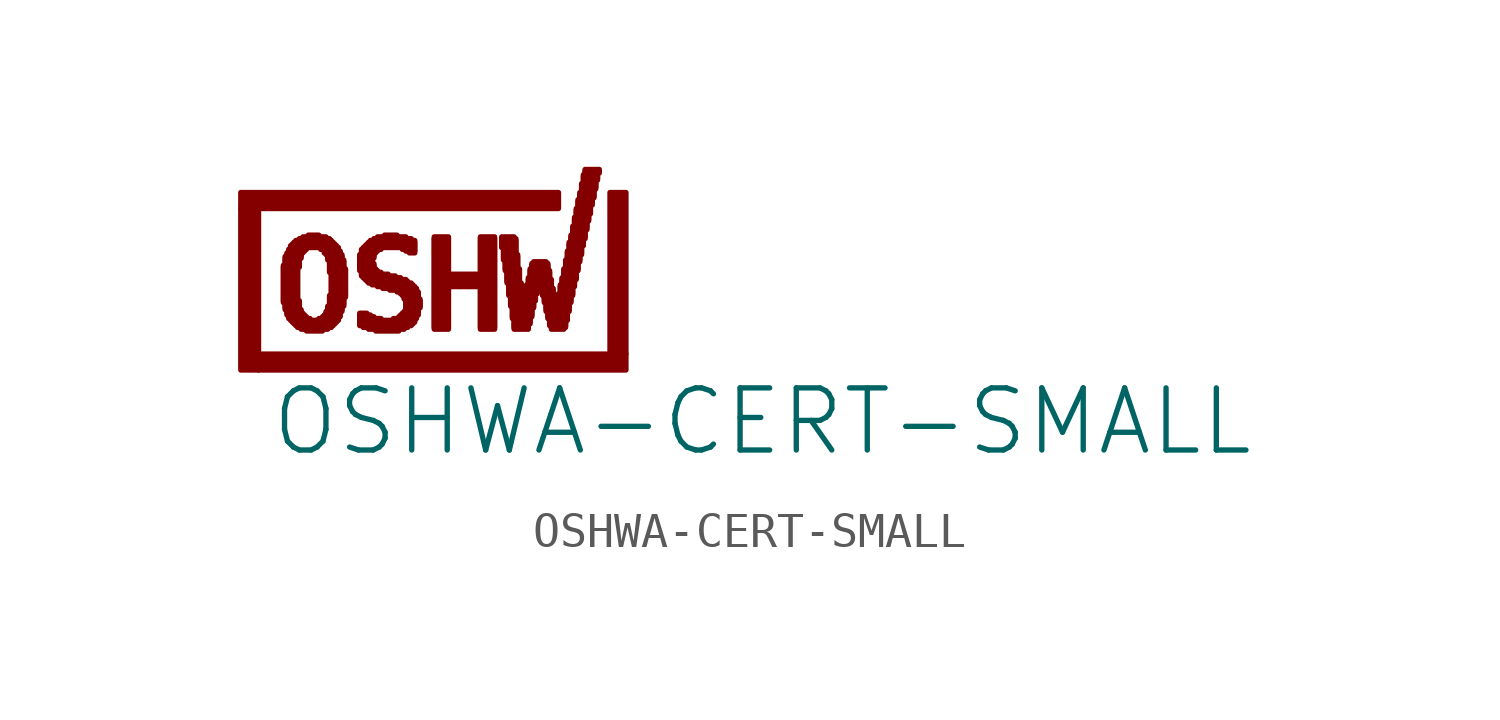
<source format=kicad_sym>
(kicad_symbol_lib
  (version 20211014)
  (generator kicad_symbol_editor)
  (symbol "OSHWA-CERT-SMALL"
    (property "Reference" "LABEL"
      (at 0 0 0)
      (effects (font (size 1.27 1.27)) hide))
    (property "Value" "OSHWA-CERT-SMALL"
      (at -4.699 -2.54 0)
      (effects (font (size 1.778 1.778)) (justify left bottom)))
    (property "ki_locked" ""
      (at 0 0 0)
      (effects (font (size 1.27 1.27))))
    (symbol "OSHWA-CERT-SMALL_1_0"
      (rectangle (start -5.512 -0.025) (end -5.004 4.597) (stroke (width 0) (type default) (color 0 0 0 0)) (fill (type outline)))
      (rectangle (start -5.512 4.597) (end 3.581 5.055) (stroke (width 0) (type default) (color 0 0 0 0)) (fill (type outline)))
      (rectangle (start -5.004 -0.025) (end 5.512 0.432) (stroke (width 0) (type default) (color 0 0 0 0)) (fill (type outline)))
      (rectangle (start -4.293 1.905) (end -3.835 1.956) (stroke (width 0) (type default) (color 0 0 0 0)) (fill (type outline)))
      (rectangle (start -4.293 1.956) (end -3.886 2.007) (stroke (width 0) (type default) (color 0 0 0 0)) (fill (type outline)))
      (rectangle (start -4.293 2.007) (end -3.886 2.057) (stroke (width 0) (type default) (color 0 0 0 0)) (fill (type outline)))
      (rectangle (start -4.293 2.057) (end -3.886 2.108) (stroke (width 0) (type default) (color 0 0 0 0)) (fill (type outline)))
      (rectangle (start -4.293 2.108) (end -3.886 2.159) (stroke (width 0) (type default) (color 0 0 0 0)) (fill (type outline)))
      (rectangle (start -4.293 2.159) (end -3.886 2.21) (stroke (width 0) (type default) (color 0 0 0 0)) (fill (type outline)))
      (rectangle (start -4.293 2.21) (end -3.886 2.261) (stroke (width 0) (type default) (color 0 0 0 0)) (fill (type outline)))
      (rectangle (start -4.293 2.261) (end -3.886 2.311) (stroke (width 0) (type default) (color 0 0 0 0)) (fill (type outline)))
      (rectangle (start -4.293 2.311) (end -3.886 2.362) (stroke (width 0) (type default) (color 0 0 0 0)) (fill (type outline)))
      (rectangle (start -4.293 2.362) (end -3.886 2.413) (stroke (width 0) (type default) (color 0 0 0 0)) (fill (type outline)))
      (rectangle (start -4.293 2.413) (end -3.886 2.464) (stroke (width 0) (type default) (color 0 0 0 0)) (fill (type outline)))
      (rectangle (start -4.293 2.464) (end -3.886 2.515) (stroke (width 0) (type default) (color 0 0 0 0)) (fill (type outline)))
      (rectangle (start -4.293 2.515) (end -3.886 2.565) (stroke (width 0) (type default) (color 0 0 0 0)) (fill (type outline)))
      (rectangle (start -4.293 2.565) (end -3.886 2.616) (stroke (width 0) (type default) (color 0 0 0 0)) (fill (type outline)))
      (rectangle (start -4.293 2.616) (end -3.886 2.667) (stroke (width 0) (type default) (color 0 0 0 0)) (fill (type outline)))
      (rectangle (start -4.293 2.667) (end -3.886 2.718) (stroke (width 0) (type default) (color 0 0 0 0)) (fill (type outline)))
      (rectangle (start -4.293 2.718) (end -3.886 2.769) (stroke (width 0) (type default) (color 0 0 0 0)) (fill (type outline)))
      (rectangle (start -4.293 2.769) (end -3.886 2.819) (stroke (width 0) (type default) (color 0 0 0 0)) (fill (type outline)))
      (rectangle (start -4.293 2.819) (end -3.886 2.87) (stroke (width 0) (type default) (color 0 0 0 0)) (fill (type outline)))
      (rectangle (start -4.293 2.87) (end -3.886 2.921) (stroke (width 0) (type default) (color 0 0 0 0)) (fill (type outline)))
      (rectangle (start -4.293 2.921) (end -3.835 2.972) (stroke (width 0) (type default) (color 0 0 0 0)) (fill (type outline)))
      (rectangle (start -4.242 1.702) (end -3.835 1.753) (stroke (width 0) (type default) (color 0 0 0 0)) (fill (type outline)))
      (rectangle (start -4.242 1.753) (end -3.835 1.803) (stroke (width 0) (type default) (color 0 0 0 0)) (fill (type outline)))
      (rectangle (start -4.242 1.803) (end -3.835 1.854) (stroke (width 0) (type default) (color 0 0 0 0)) (fill (type outline)))
      (rectangle (start -4.242 1.854) (end -3.835 1.905) (stroke (width 0) (type default) (color 0 0 0 0)) (fill (type outline)))
      (rectangle (start -4.242 2.972) (end -3.835 3.023) (stroke (width 0) (type default) (color 0 0 0 0)) (fill (type outline)))
      (rectangle (start -4.242 3.023) (end -3.835 3.073) (stroke (width 0) (type default) (color 0 0 0 0)) (fill (type outline)))
      (rectangle (start -4.242 3.073) (end -3.835 3.124) (stroke (width 0) (type default) (color 0 0 0 0)) (fill (type outline)))
      (rectangle (start -4.242 3.124) (end -3.835 3.175) (stroke (width 0) (type default) (color 0 0 0 0)) (fill (type outline)))
      (rectangle (start -4.242 3.175) (end -3.785 3.226) (stroke (width 0) (type default) (color 0 0 0 0)) (fill (type outline)))
      (rectangle (start -4.191 1.549) (end -3.734 1.6) (stroke (width 0) (type default) (color 0 0 0 0)) (fill (type outline)))
      (rectangle (start -4.191 1.6) (end -3.785 1.651) (stroke (width 0) (type default) (color 0 0 0 0)) (fill (type outline)))
      (rectangle (start -4.191 1.651) (end -3.785 1.702) (stroke (width 0) (type default) (color 0 0 0 0)) (fill (type outline)))
      (rectangle (start -4.191 3.226) (end -3.785 3.277) (stroke (width 0) (type default) (color 0 0 0 0)) (fill (type outline)))
      (rectangle (start -4.191 3.277) (end -3.785 3.327) (stroke (width 0) (type default) (color 0 0 0 0)) (fill (type outline)))
      (rectangle (start -4.14 1.448) (end -3.632 1.499) (stroke (width 0) (type default) (color 0 0 0 0)) (fill (type outline)))
      (rectangle (start -4.14 1.499) (end -3.683 1.549) (stroke (width 0) (type default) (color 0 0 0 0)) (fill (type outline)))
      (rectangle (start -4.14 3.327) (end -3.734 3.378) (stroke (width 0) (type default) (color 0 0 0 0)) (fill (type outline)))
      (rectangle (start -4.14 3.378) (end -3.683 3.429) (stroke (width 0) (type default) (color 0 0 0 0)) (fill (type outline)))
      (rectangle (start -4.089 1.397) (end -3.531 1.448) (stroke (width 0) (type default) (color 0 0 0 0)) (fill (type outline)))
      (rectangle (start -4.089 3.429) (end -3.632 3.48) (stroke (width 0) (type default) (color 0 0 0 0)) (fill (type outline)))
      (rectangle (start -4.089 3.48) (end -2.769 3.531) (stroke (width 0) (type default) (color 0 0 0 0)) (fill (type outline)))
      (rectangle (start -4.039 1.346) (end -2.769 1.397) (stroke (width 0) (type default) (color 0 0 0 0)) (fill (type outline)))
      (rectangle (start -4.039 3.531) (end -2.819 3.581) (stroke (width 0) (type default) (color 0 0 0 0)) (fill (type outline)))
      (rectangle (start -3.988 1.295) (end -2.819 1.346) (stroke (width 0) (type default) (color 0 0 0 0)) (fill (type outline)))
      (rectangle (start -3.988 3.581) (end -2.87 3.632) (stroke (width 0) (type default) (color 0 0 0 0)) (fill (type outline)))
      (rectangle (start -3.937 1.245) (end -2.87 1.295) (stroke (width 0) (type default) (color 0 0 0 0)) (fill (type outline)))
      (rectangle (start -3.937 3.632) (end -2.921 3.683) (stroke (width 0) (type default) (color 0 0 0 0)) (fill (type outline)))
      (rectangle (start -3.886 1.194) (end -2.921 1.245) (stroke (width 0) (type default) (color 0 0 0 0)) (fill (type outline)))
      (rectangle (start -3.835 3.683) (end -2.972 3.734) (stroke (width 0) (type default) (color 0 0 0 0)) (fill (type outline)))
      (rectangle (start -3.785 1.143) (end -3.023 1.194) (stroke (width 0) (type default) (color 0 0 0 0)) (fill (type outline)))
      (rectangle (start -3.734 3.734) (end -3.073 3.785) (stroke (width 0) (type default) (color 0 0 0 0)) (fill (type outline)))
      (rectangle (start -3.632 1.092) (end -3.175 1.143) (stroke (width 0) (type default) (color 0 0 0 0)) (fill (type outline)))
      (rectangle (start -3.581 3.785) (end -3.277 3.835) (stroke (width 0) (type default) (color 0 0 0 0)) (fill (type outline)))
      (rectangle (start -3.277 1.397) (end -2.718 1.448) (stroke (width 0) (type default) (color 0 0 0 0)) (fill (type outline)))
      (rectangle (start -3.226 3.429) (end -2.718 3.48) (stroke (width 0) (type default) (color 0 0 0 0)) (fill (type outline)))
      (rectangle (start -3.175 1.448) (end -2.718 1.499) (stroke (width 0) (type default) (color 0 0 0 0)) (fill (type outline)))
      (rectangle (start -3.124 1.499) (end -2.667 1.549) (stroke (width 0) (type default) (color 0 0 0 0)) (fill (type outline)))
      (rectangle (start -3.124 3.327) (end -2.667 3.378) (stroke (width 0) (type default) (color 0 0 0 0)) (fill (type outline)))
      (rectangle (start -3.124 3.378) (end -2.718 3.429) (stroke (width 0) (type default) (color 0 0 0 0)) (fill (type outline)))
      (rectangle (start -3.073 1.549) (end -2.667 1.6) (stroke (width 0) (type default) (color 0 0 0 0)) (fill (type outline)))
      (rectangle (start -3.073 1.6) (end -2.667 1.651) (stroke (width 0) (type default) (color 0 0 0 0)) (fill (type outline)))
      (rectangle (start -3.073 3.277) (end -2.667 3.327) (stroke (width 0) (type default) (color 0 0 0 0)) (fill (type outline)))
      (rectangle (start -3.023 1.651) (end -2.616 1.702) (stroke (width 0) (type default) (color 0 0 0 0)) (fill (type outline)))
      (rectangle (start -3.023 1.702) (end -2.616 1.753) (stroke (width 0) (type default) (color 0 0 0 0)) (fill (type outline)))
      (rectangle (start -3.023 1.753) (end -2.616 1.803) (stroke (width 0) (type default) (color 0 0 0 0)) (fill (type outline)))
      (rectangle (start -3.023 3.124) (end -2.616 3.175) (stroke (width 0) (type default) (color 0 0 0 0)) (fill (type outline)))
      (rectangle (start -3.023 3.175) (end -2.616 3.226) (stroke (width 0) (type default) (color 0 0 0 0)) (fill (type outline)))
      (rectangle (start -3.023 3.226) (end -2.616 3.277) (stroke (width 0) (type default) (color 0 0 0 0)) (fill (type outline)))
      (rectangle (start -2.972 1.803) (end -2.565 1.854) (stroke (width 0) (type default) (color 0 0 0 0)) (fill (type outline)))
      (rectangle (start -2.972 1.854) (end -2.565 1.905) (stroke (width 0) (type default) (color 0 0 0 0)) (fill (type outline)))
      (rectangle (start -2.972 1.905) (end -2.565 1.956) (stroke (width 0) (type default) (color 0 0 0 0)) (fill (type outline)))
      (rectangle (start -2.972 1.956) (end -2.565 2.007) (stroke (width 0) (type default) (color 0 0 0 0)) (fill (type outline)))
      (rectangle (start -2.972 2.007) (end -2.565 2.057) (stroke (width 0) (type default) (color 0 0 0 0)) (fill (type outline)))
      (rectangle (start -2.972 2.057) (end -2.515 2.108) (stroke (width 0) (type default) (color 0 0 0 0)) (fill (type outline)))
      (rectangle (start -2.972 2.769) (end -2.515 2.819) (stroke (width 0) (type default) (color 0 0 0 0)) (fill (type outline)))
      (rectangle (start -2.972 2.819) (end -2.515 2.87) (stroke (width 0) (type default) (color 0 0 0 0)) (fill (type outline)))
      (rectangle (start -2.972 2.87) (end -2.565 2.921) (stroke (width 0) (type default) (color 0 0 0 0)) (fill (type outline)))
      (rectangle (start -2.972 2.921) (end -2.565 2.972) (stroke (width 0) (type default) (color 0 0 0 0)) (fill (type outline)))
      (rectangle (start -2.972 2.972) (end -2.565 3.023) (stroke (width 0) (type default) (color 0 0 0 0)) (fill (type outline)))
      (rectangle (start -2.972 3.023) (end -2.565 3.073) (stroke (width 0) (type default) (color 0 0 0 0)) (fill (type outline)))
      (rectangle (start -2.972 3.073) (end -2.565 3.124) (stroke (width 0) (type default) (color 0 0 0 0)) (fill (type outline)))
      (rectangle (start -2.921 2.108) (end -2.515 2.159) (stroke (width 0) (type default) (color 0 0 0 0)) (fill (type outline)))
      (rectangle (start -2.921 2.159) (end -2.515 2.21) (stroke (width 0) (type default) (color 0 0 0 0)) (fill (type outline)))
      (rectangle (start -2.921 2.21) (end -2.515 2.261) (stroke (width 0) (type default) (color 0 0 0 0)) (fill (type outline)))
      (rectangle (start -2.921 2.261) (end -2.515 2.311) (stroke (width 0) (type default) (color 0 0 0 0)) (fill (type outline)))
      (rectangle (start -2.921 2.311) (end -2.515 2.362) (stroke (width 0) (type default) (color 0 0 0 0)) (fill (type outline)))
      (rectangle (start -2.921 2.362) (end -2.515 2.413) (stroke (width 0) (type default) (color 0 0 0 0)) (fill (type outline)))
      (rectangle (start -2.921 2.413) (end -2.515 2.464) (stroke (width 0) (type default) (color 0 0 0 0)) (fill (type outline)))
      (rectangle (start -2.921 2.464) (end -2.515 2.515) (stroke (width 0) (type default) (color 0 0 0 0)) (fill (type outline)))
      (rectangle (start -2.921 2.515) (end -2.515 2.565) (stroke (width 0) (type default) (color 0 0 0 0)) (fill (type outline)))
      (rectangle (start -2.921 2.565) (end -2.515 2.616) (stroke (width 0) (type default) (color 0 0 0 0)) (fill (type outline)))
      (rectangle (start -2.921 2.616) (end -2.515 2.667) (stroke (width 0) (type default) (color 0 0 0 0)) (fill (type outline)))
      (rectangle (start -2.921 2.667) (end -2.515 2.718) (stroke (width 0) (type default) (color 0 0 0 0)) (fill (type outline)))
      (rectangle (start -2.921 2.718) (end -2.515 2.769) (stroke (width 0) (type default) (color 0 0 0 0)) (fill (type outline)))
      (rectangle (start -2.108 1.245) (end -0.635 1.295) (stroke (width 0) (type default) (color 0 0 0 0)) (fill (type outline)))
      (rectangle (start -2.108 1.295) (end -0.584 1.346) (stroke (width 0) (type default) (color 0 0 0 0)) (fill (type outline)))
      (rectangle (start -2.108 1.346) (end -0.533 1.397) (stroke (width 0) (type default) (color 0 0 0 0)) (fill (type outline)))
      (rectangle (start -2.108 1.397) (end -1.499 1.448) (stroke (width 0) (type default) (color 0 0 0 0)) (fill (type outline)))
      (rectangle (start -2.108 1.448) (end -1.702 1.499) (stroke (width 0) (type default) (color 0 0 0 0)) (fill (type outline)))
      (rectangle (start -2.108 1.499) (end -1.803 1.549) (stroke (width 0) (type default) (color 0 0 0 0)) (fill (type outline)))
      (rectangle (start -2.108 1.549) (end -1.905 1.6) (stroke (width 0) (type default) (color 0 0 0 0)) (fill (type outline)))
      (rectangle (start -2.108 2.819) (end -1.651 2.87) (stroke (width 0) (type default) (color 0 0 0 0)) (fill (type outline)))
      (rectangle (start -2.108 2.87) (end -1.702 2.921) (stroke (width 0) (type default) (color 0 0 0 0)) (fill (type outline)))
      (rectangle (start -2.108 2.921) (end -1.702 2.972) (stroke (width 0) (type default) (color 0 0 0 0)) (fill (type outline)))
      (rectangle (start -2.108 2.972) (end -1.702 3.023) (stroke (width 0) (type default) (color 0 0 0 0)) (fill (type outline)))
      (rectangle (start -2.108 3.023) (end -1.753 3.073) (stroke (width 0) (type default) (color 0 0 0 0)) (fill (type outline)))
      (rectangle (start -2.108 3.073) (end -1.753 3.124) (stroke (width 0) (type default) (color 0 0 0 0)) (fill (type outline)))
      (rectangle (start -2.108 3.124) (end -1.753 3.175) (stroke (width 0) (type default) (color 0 0 0 0)) (fill (type outline)))
      (rectangle (start -2.108 3.175) (end -1.702 3.226) (stroke (width 0) (type default) (color 0 0 0 0)) (fill (type outline)))
      (rectangle (start -2.108 3.226) (end -1.702 3.277) (stroke (width 0) (type default) (color 0 0 0 0)) (fill (type outline)))
      (rectangle (start -2.057 2.667) (end -1.295 2.718) (stroke (width 0) (type default) (color 0 0 0 0)) (fill (type outline)))
      (rectangle (start -2.057 2.718) (end -1.499 2.769) (stroke (width 0) (type default) (color 0 0 0 0)) (fill (type outline)))
      (rectangle (start -2.057 2.769) (end -1.6 2.819) (stroke (width 0) (type default) (color 0 0 0 0)) (fill (type outline)))
      (rectangle (start -2.057 3.277) (end -1.702 3.327) (stroke (width 0) (type default) (color 0 0 0 0)) (fill (type outline)))
      (rectangle (start -2.057 3.327) (end -1.651 3.378) (stroke (width 0) (type default) (color 0 0 0 0)) (fill (type outline)))
      (rectangle (start -2.057 3.378) (end -1.6 3.429) (stroke (width 0) (type default) (color 0 0 0 0)) (fill (type outline)))
      (rectangle (start -2.007 1.194) (end -0.737 1.245) (stroke (width 0) (type default) (color 0 0 0 0)) (fill (type outline)))
      (rectangle (start -2.007 2.616) (end -1.092 2.667) (stroke (width 0) (type default) (color 0 0 0 0)) (fill (type outline)))
      (rectangle (start -2.007 3.429) (end -1.499 3.48) (stroke (width 0) (type default) (color 0 0 0 0)) (fill (type outline)))
      (rectangle (start -1.956 2.565) (end -0.94 2.616) (stroke (width 0) (type default) (color 0 0 0 0)) (fill (type outline)))
      (rectangle (start -1.956 3.48) (end -0.533 3.531) (stroke (width 0) (type default) (color 0 0 0 0)) (fill (type outline)))
      (rectangle (start -1.905 2.515) (end -0.787 2.565) (stroke (width 0) (type default) (color 0 0 0 0)) (fill (type outline)))
      (rectangle (start -1.905 3.531) (end -0.533 3.581) (stroke (width 0) (type default) (color 0 0 0 0)) (fill (type outline)))
      (rectangle (start -1.854 1.143) (end -0.838 1.194) (stroke (width 0) (type default) (color 0 0 0 0)) (fill (type outline)))
      (rectangle (start -1.854 2.464) (end -0.737 2.515) (stroke (width 0) (type default) (color 0 0 0 0)) (fill (type outline)))
      (rectangle (start -1.854 3.581) (end -0.533 3.632) (stroke (width 0) (type default) (color 0 0 0 0)) (fill (type outline)))
      (rectangle (start -1.803 3.632) (end -0.533 3.683) (stroke (width 0) (type default) (color 0 0 0 0)) (fill (type outline)))
      (rectangle (start -1.753 2.413) (end -0.635 2.464) (stroke (width 0) (type default) (color 0 0 0 0)) (fill (type outline)))
      (rectangle (start -1.702 3.683) (end -0.635 3.734) (stroke (width 0) (type default) (color 0 0 0 0)) (fill (type outline)))
      (rectangle (start -1.651 1.092) (end -0.991 1.143) (stroke (width 0) (type default) (color 0 0 0 0)) (fill (type outline)))
      (rectangle (start -1.6 2.362) (end -0.584 2.413) (stroke (width 0) (type default) (color 0 0 0 0)) (fill (type outline)))
      (rectangle (start -1.6 3.734) (end -0.787 3.785) (stroke (width 0) (type default) (color 0 0 0 0)) (fill (type outline)))
      (rectangle (start -1.448 2.311) (end -0.533 2.362) (stroke (width 0) (type default) (color 0 0 0 0)) (fill (type outline)))
      (rectangle (start -1.397 3.785) (end -1.041 3.835) (stroke (width 0) (type default) (color 0 0 0 0)) (fill (type outline)))
      (rectangle (start -1.245 2.261) (end -0.483 2.311) (stroke (width 0) (type default) (color 0 0 0 0)) (fill (type outline)))
      (rectangle (start -1.143 1.397) (end -0.533 1.448) (stroke (width 0) (type default) (color 0 0 0 0)) (fill (type outline)))
      (rectangle (start -1.041 2.21) (end -0.483 2.261) (stroke (width 0) (type default) (color 0 0 0 0)) (fill (type outline)))
      (rectangle (start -0.991 1.448) (end -0.483 1.499) (stroke (width 0) (type default) (color 0 0 0 0)) (fill (type outline)))
      (rectangle (start -0.94 1.499) (end -0.483 1.549) (stroke (width 0) (type default) (color 0 0 0 0)) (fill (type outline)))
      (rectangle (start -0.94 2.159) (end -0.432 2.21) (stroke (width 0) (type default) (color 0 0 0 0)) (fill (type outline)))
      (rectangle (start -0.889 1.549) (end -0.432 1.6) (stroke (width 0) (type default) (color 0 0 0 0)) (fill (type outline)))
      (rectangle (start -0.889 2.108) (end -0.432 2.159) (stroke (width 0) (type default) (color 0 0 0 0)) (fill (type outline)))
      (rectangle (start -0.889 3.429) (end -0.533 3.48) (stroke (width 0) (type default) (color 0 0 0 0)) (fill (type outline)))
      (rectangle (start -0.838 1.6) (end -0.432 1.651) (stroke (width 0) (type default) (color 0 0 0 0)) (fill (type outline)))
      (rectangle (start -0.838 2.007) (end -0.432 2.057) (stroke (width 0) (type default) (color 0 0 0 0)) (fill (type outline)))
      (rectangle (start -0.838 2.057) (end -0.432 2.108) (stroke (width 0) (type default) (color 0 0 0 0)) (fill (type outline)))
      (rectangle (start -0.787 1.651) (end -0.432 1.702) (stroke (width 0) (type default) (color 0 0 0 0)) (fill (type outline)))
      (rectangle (start -0.787 1.702) (end -0.432 1.753) (stroke (width 0) (type default) (color 0 0 0 0)) (fill (type outline)))
      (rectangle (start -0.787 1.753) (end -0.381 1.803) (stroke (width 0) (type default) (color 0 0 0 0)) (fill (type outline)))
      (rectangle (start -0.787 1.803) (end -0.381 1.854) (stroke (width 0) (type default) (color 0 0 0 0)) (fill (type outline)))
      (rectangle (start -0.787 1.854) (end -0.381 1.905) (stroke (width 0) (type default) (color 0 0 0 0)) (fill (type outline)))
      (rectangle (start -0.787 1.905) (end -0.381 1.956) (stroke (width 0) (type default) (color 0 0 0 0)) (fill (type outline)))
      (rectangle (start -0.787 1.956) (end -0.381 2.007) (stroke (width 0) (type default) (color 0 0 0 0)) (fill (type outline)))
      (rectangle (start -0.787 3.378) (end -0.533 3.429) (stroke (width 0) (type default) (color 0 0 0 0)) (fill (type outline)))
      (rectangle (start -0.686 3.327) (end -0.533 3.378) (stroke (width 0) (type default) (color 0 0 0 0)) (fill (type outline)))
      (rectangle (start 0.025 1.143) (end 0.432 1.194) (stroke (width 0) (type default) (color 0 0 0 0)) (fill (type outline)))
      (rectangle (start 0.025 1.194) (end 0.432 1.245) (stroke (width 0) (type default) (color 0 0 0 0)) (fill (type outline)))
      (rectangle (start 0.025 1.245) (end 0.432 1.295) (stroke (width 0) (type default) (color 0 0 0 0)) (fill (type outline)))
      (rectangle (start 0.025 1.295) (end 0.432 1.346) (stroke (width 0) (type default) (color 0 0 0 0)) (fill (type outline)))
      (rectangle (start 0.025 1.346) (end 0.432 1.397) (stroke (width 0) (type default) (color 0 0 0 0)) (fill (type outline)))
      (rectangle (start 0.025 1.397) (end 0.432 1.448) (stroke (width 0) (type default) (color 0 0 0 0)) (fill (type outline)))
      (rectangle (start 0.025 1.448) (end 0.432 1.499) (stroke (width 0) (type default) (color 0 0 0 0)) (fill (type outline)))
      (rectangle (start 0.025 1.499) (end 0.432 1.549) (stroke (width 0) (type default) (color 0 0 0 0)) (fill (type outline)))
      (rectangle (start 0.025 1.549) (end 0.432 1.6) (stroke (width 0) (type default) (color 0 0 0 0)) (fill (type outline)))
      (rectangle (start 0.025 1.6) (end 0.432 1.651) (stroke (width 0) (type default) (color 0 0 0 0)) (fill (type outline)))
      (rectangle (start 0.025 1.651) (end 0.432 1.702) (stroke (width 0) (type default) (color 0 0 0 0)) (fill (type outline)))
      (rectangle (start 0.025 1.702) (end 0.432 1.753) (stroke (width 0) (type default) (color 0 0 0 0)) (fill (type outline)))
      (rectangle (start 0.025 1.753) (end 0.432 1.803) (stroke (width 0) (type default) (color 0 0 0 0)) (fill (type outline)))
      (rectangle (start 0.025 1.803) (end 0.432 1.854) (stroke (width 0) (type default) (color 0 0 0 0)) (fill (type outline)))
      (rectangle (start 0.025 1.854) (end 0.432 1.905) (stroke (width 0) (type default) (color 0 0 0 0)) (fill (type outline)))
      (rectangle (start 0.025 1.905) (end 0.432 1.956) (stroke (width 0) (type default) (color 0 0 0 0)) (fill (type outline)))
      (rectangle (start 0.025 1.956) (end 0.432 2.007) (stroke (width 0) (type default) (color 0 0 0 0)) (fill (type outline)))
      (rectangle (start 0.025 2.007) (end 0.432 2.057) (stroke (width 0) (type default) (color 0 0 0 0)) (fill (type outline)))
      (rectangle (start 0.025 2.057) (end 0.432 2.108) (stroke (width 0) (type default) (color 0 0 0 0)) (fill (type outline)))
      (rectangle (start 0.025 2.108) (end 0.432 2.159) (stroke (width 0) (type default) (color 0 0 0 0)) (fill (type outline)))
      (rectangle (start 0.025 2.159) (end 0.432 2.21) (stroke (width 0) (type default) (color 0 0 0 0)) (fill (type outline)))
      (rectangle (start 0.025 2.21) (end 0.432 2.261) (stroke (width 0) (type default) (color 0 0 0 0)) (fill (type outline)))
      (rectangle (start 0.025 2.261) (end 0.432 2.311) (stroke (width 0) (type default) (color 0 0 0 0)) (fill (type outline)))
      (rectangle (start 0.025 2.311) (end 0.432 2.362) (stroke (width 0) (type default) (color 0 0 0 0)) (fill (type outline)))
      (rectangle (start 0.025 2.362) (end 1.753 2.413) (stroke (width 0) (type default) (color 0 0 0 0)) (fill (type outline)))
      (rectangle (start 0.025 2.413) (end 1.753 2.464) (stroke (width 0) (type default) (color 0 0 0 0)) (fill (type outline)))
      (rectangle (start 0.025 2.464) (end 1.753 2.515) (stroke (width 0) (type default) (color 0 0 0 0)) (fill (type outline)))
      (rectangle (start 0.025 2.515) (end 1.753 2.565) (stroke (width 0) (type default) (color 0 0 0 0)) (fill (type outline)))
      (rectangle (start 0.025 2.565) (end 1.753 2.616) (stroke (width 0) (type default) (color 0 0 0 0)) (fill (type outline)))
      (rectangle (start 0.025 2.616) (end 1.753 2.667) (stroke (width 0) (type default) (color 0 0 0 0)) (fill (type outline)))
      (rectangle (start 0.025 2.667) (end 1.753 2.718) (stroke (width 0) (type default) (color 0 0 0 0)) (fill (type outline)))
      (rectangle (start 0.025 2.718) (end 0.432 2.769) (stroke (width 0) (type default) (color 0 0 0 0)) (fill (type outline)))
      (rectangle (start 0.025 2.769) (end 0.432 2.819) (stroke (width 0) (type default) (color 0 0 0 0)) (fill (type outline)))
      (rectangle (start 0.025 2.819) (end 0.432 2.87) (stroke (width 0) (type default) (color 0 0 0 0)) (fill (type outline)))
      (rectangle (start 0.025 2.87) (end 0.432 2.921) (stroke (width 0) (type default) (color 0 0 0 0)) (fill (type outline)))
      (rectangle (start 0.025 2.921) (end 0.432 2.972) (stroke (width 0) (type default) (color 0 0 0 0)) (fill (type outline)))
      (rectangle (start 0.025 2.972) (end 0.432 3.023) (stroke (width 0) (type default) (color 0 0 0 0)) (fill (type outline)))
      (rectangle (start 0.025 3.023) (end 0.432 3.073) (stroke (width 0) (type default) (color 0 0 0 0)) (fill (type outline)))
      (rectangle (start 0.025 3.073) (end 0.432 3.124) (stroke (width 0) (type default) (color 0 0 0 0)) (fill (type outline)))
      (rectangle (start 0.025 3.124) (end 0.432 3.175) (stroke (width 0) (type default) (color 0 0 0 0)) (fill (type outline)))
      (rectangle (start 0.025 3.175) (end 0.432 3.226) (stroke (width 0) (type default) (color 0 0 0 0)) (fill (type outline)))
      (rectangle (start 0.025 3.226) (end 0.432 3.277) (stroke (width 0) (type default) (color 0 0 0 0)) (fill (type outline)))
      (rectangle (start 0.025 3.277) (end 0.432 3.327) (stroke (width 0) (type default) (color 0 0 0 0)) (fill (type outline)))
      (rectangle (start 0.025 3.327) (end 0.432 3.378) (stroke (width 0) (type default) (color 0 0 0 0)) (fill (type outline)))
      (rectangle (start 0.025 3.378) (end 0.432 3.429) (stroke (width 0) (type default) (color 0 0 0 0)) (fill (type outline)))
      (rectangle (start 0.025 3.429) (end 0.432 3.48) (stroke (width 0) (type default) (color 0 0 0 0)) (fill (type outline)))
      (rectangle (start 0.025 3.48) (end 0.432 3.531) (stroke (width 0) (type default) (color 0 0 0 0)) (fill (type outline)))
      (rectangle (start 0.025 3.531) (end 0.432 3.581) (stroke (width 0) (type default) (color 0 0 0 0)) (fill (type outline)))
      (rectangle (start 0.025 3.581) (end 0.432 3.632) (stroke (width 0) (type default) (color 0 0 0 0)) (fill (type outline)))
      (rectangle (start 0.025 3.632) (end 0.432 3.683) (stroke (width 0) (type default) (color 0 0 0 0)) (fill (type outline)))
      (rectangle (start 0.025 3.683) (end 0.432 3.734) (stroke (width 0) (type default) (color 0 0 0 0)) (fill (type outline)))
      (rectangle (start 0.025 3.734) (end 0.432 3.785) (stroke (width 0) (type default) (color 0 0 0 0)) (fill (type outline)))
      (rectangle (start 1.346 1.143) (end 1.753 1.194) (stroke (width 0) (type default) (color 0 0 0 0)) (fill (type outline)))
      (rectangle (start 1.346 1.194) (end 1.753 1.245) (stroke (width 0) (type default) (color 0 0 0 0)) (fill (type outline)))
      (rectangle (start 1.346 1.245) (end 1.753 1.295) (stroke (width 0) (type default) (color 0 0 0 0)) (fill (type outline)))
      (rectangle (start 1.346 1.295) (end 1.753 1.346) (stroke (width 0) (type default) (color 0 0 0 0)) (fill (type outline)))
      (rectangle (start 1.346 1.346) (end 1.753 1.397) (stroke (width 0) (type default) (color 0 0 0 0)) (fill (type outline)))
      (rectangle (start 1.346 1.397) (end 1.753 1.448) (stroke (width 0) (type default) (color 0 0 0 0)) (fill (type outline)))
      (rectangle (start 1.346 1.448) (end 1.753 1.499) (stroke (width 0) (type default) (color 0 0 0 0)) (fill (type outline)))
      (rectangle (start 1.346 1.499) (end 1.753 1.549) (stroke (width 0) (type default) (color 0 0 0 0)) (fill (type outline)))
      (rectangle (start 1.346 1.549) (end 1.753 1.6) (stroke (width 0) (type default) (color 0 0 0 0)) (fill (type outline)))
      (rectangle (start 1.346 1.6) (end 1.753 1.651) (stroke (width 0) (type default) (color 0 0 0 0)) (fill (type outline)))
      (rectangle (start 1.346 1.651) (end 1.753 1.702) (stroke (width 0) (type default) (color 0 0 0 0)) (fill (type outline)))
      (rectangle (start 1.346 1.702) (end 1.753 1.753) (stroke (width 0) (type default) (color 0 0 0 0)) (fill (type outline)))
      (rectangle (start 1.346 1.753) (end 1.753 1.803) (stroke (width 0) (type default) (color 0 0 0 0)) (fill (type outline)))
      (rectangle (start 1.346 1.803) (end 1.753 1.854) (stroke (width 0) (type default) (color 0 0 0 0)) (fill (type outline)))
      (rectangle (start 1.346 1.854) (end 1.753 1.905) (stroke (width 0) (type default) (color 0 0 0 0)) (fill (type outline)))
      (rectangle (start 1.346 1.905) (end 1.753 1.956) (stroke (width 0) (type default) (color 0 0 0 0)) (fill (type outline)))
      (rectangle (start 1.346 1.956) (end 1.753 2.007) (stroke (width 0) (type default) (color 0 0 0 0)) (fill (type outline)))
      (rectangle (start 1.346 2.007) (end 1.753 2.057) (stroke (width 0) (type default) (color 0 0 0 0)) (fill (type outline)))
      (rectangle (start 1.346 2.057) (end 1.753 2.108) (stroke (width 0) (type default) (color 0 0 0 0)) (fill (type outline)))
      (rectangle (start 1.346 2.108) (end 1.753 2.159) (stroke (width 0) (type default) (color 0 0 0 0)) (fill (type outline)))
      (rectangle (start 1.346 2.159) (end 1.753 2.21) (stroke (width 0) (type default) (color 0 0 0 0)) (fill (type outline)))
      (rectangle (start 1.346 2.21) (end 1.753 2.261) (stroke (width 0) (type default) (color 0 0 0 0)) (fill (type outline)))
      (rectangle (start 1.346 2.261) (end 1.753 2.311) (stroke (width 0) (type default) (color 0 0 0 0)) (fill (type outline)))
      (rectangle (start 1.346 2.311) (end 1.753 2.362) (stroke (width 0) (type default) (color 0 0 0 0)) (fill (type outline)))
      (rectangle (start 1.346 2.718) (end 1.753 2.769) (stroke (width 0) (type default) (color 0 0 0 0)) (fill (type outline)))
      (rectangle (start 1.346 2.769) (end 1.753 2.819) (stroke (width 0) (type default) (color 0 0 0 0)) (fill (type outline)))
      (rectangle (start 1.346 2.819) (end 1.753 2.87) (stroke (width 0) (type default) (color 0 0 0 0)) (fill (type outline)))
      (rectangle (start 1.346 2.87) (end 1.753 2.921) (stroke (width 0) (type default) (color 0 0 0 0)) (fill (type outline)))
      (rectangle (start 1.346 2.921) (end 1.753 2.972) (stroke (width 0) (type default) (color 0 0 0 0)) (fill (type outline)))
      (rectangle (start 1.346 2.972) (end 1.753 3.023) (stroke (width 0) (type default) (color 0 0 0 0)) (fill (type outline)))
      (rectangle (start 1.346 3.023) (end 1.753 3.073) (stroke (width 0) (type default) (color 0 0 0 0)) (fill (type outline)))
      (rectangle (start 1.346 3.073) (end 1.753 3.124) (stroke (width 0) (type default) (color 0 0 0 0)) (fill (type outline)))
      (rectangle (start 1.346 3.124) (end 1.753 3.175) (stroke (width 0) (type default) (color 0 0 0 0)) (fill (type outline)))
      (rectangle (start 1.346 3.175) (end 1.753 3.226) (stroke (width 0) (type default) (color 0 0 0 0)) (fill (type outline)))
      (rectangle (start 1.346 3.226) (end 1.753 3.277) (stroke (width 0) (type default) (color 0 0 0 0)) (fill (type outline)))
      (rectangle (start 1.346 3.277) (end 1.753 3.327) (stroke (width 0) (type default) (color 0 0 0 0)) (fill (type outline)))
      (rectangle (start 1.346 3.327) (end 1.753 3.378) (stroke (width 0) (type default) (color 0 0 0 0)) (fill (type outline)))
      (rectangle (start 1.346 3.378) (end 1.753 3.429) (stroke (width 0) (type default) (color 0 0 0 0)) (fill (type outline)))
      (rectangle (start 1.346 3.429) (end 1.753 3.48) (stroke (width 0) (type default) (color 0 0 0 0)) (fill (type outline)))
      (rectangle (start 1.346 3.48) (end 1.753 3.531) (stroke (width 0) (type default) (color 0 0 0 0)) (fill (type outline)))
      (rectangle (start 1.346 3.531) (end 1.753 3.581) (stroke (width 0) (type default) (color 0 0 0 0)) (fill (type outline)))
      (rectangle (start 1.346 3.581) (end 1.753 3.632) (stroke (width 0) (type default) (color 0 0 0 0)) (fill (type outline)))
      (rectangle (start 1.346 3.632) (end 1.753 3.683) (stroke (width 0) (type default) (color 0 0 0 0)) (fill (type outline)))
      (rectangle (start 1.346 3.683) (end 1.753 3.734) (stroke (width 0) (type default) (color 0 0 0 0)) (fill (type outline)))
      (rectangle (start 1.346 3.734) (end 1.753 3.785) (stroke (width 0) (type default) (color 0 0 0 0)) (fill (type outline)))
      (rectangle (start 1.956 3.48) (end 2.362 3.531) (stroke (width 0) (type default) (color 0 0 0 0)) (fill (type outline)))
      (rectangle (start 1.956 3.531) (end 2.362 3.581) (stroke (width 0) (type default) (color 0 0 0 0)) (fill (type outline)))
      (rectangle (start 1.956 3.581) (end 2.362 3.632) (stroke (width 0) (type default) (color 0 0 0 0)) (fill (type outline)))
      (rectangle (start 1.956 3.632) (end 2.362 3.683) (stroke (width 0) (type default) (color 0 0 0 0)) (fill (type outline)))
      (rectangle (start 1.956 3.683) (end 2.362 3.734) (stroke (width 0) (type default) (color 0 0 0 0)) (fill (type outline)))
      (rectangle (start 1.956 3.734) (end 2.311 3.785) (stroke (width 0) (type default) (color 0 0 0 0)) (fill (type outline)))
      (rectangle (start 2.007 3.124) (end 2.413 3.175) (stroke (width 0) (type default) (color 0 0 0 0)) (fill (type outline)))
      (rectangle (start 2.007 3.175) (end 2.413 3.226) (stroke (width 0) (type default) (color 0 0 0 0)) (fill (type outline)))
      (rectangle (start 2.007 3.226) (end 2.413 3.277) (stroke (width 0) (type default) (color 0 0 0 0)) (fill (type outline)))
      (rectangle (start 2.007 3.277) (end 2.362 3.327) (stroke (width 0) (type default) (color 0 0 0 0)) (fill (type outline)))
      (rectangle (start 2.007 3.327) (end 2.362 3.378) (stroke (width 0) (type default) (color 0 0 0 0)) (fill (type outline)))
      (rectangle (start 2.007 3.378) (end 2.362 3.429) (stroke (width 0) (type default) (color 0 0 0 0)) (fill (type outline)))
      (rectangle (start 2.007 3.429) (end 2.362 3.48) (stroke (width 0) (type default) (color 0 0 0 0)) (fill (type outline)))
      (rectangle (start 2.057 2.819) (end 2.464 2.87) (stroke (width 0) (type default) (color 0 0 0 0)) (fill (type outline)))
      (rectangle (start 2.057 2.87) (end 2.413 2.921) (stroke (width 0) (type default) (color 0 0 0 0)) (fill (type outline)))
      (rectangle (start 2.057 2.921) (end 2.413 2.972) (stroke (width 0) (type default) (color 0 0 0 0)) (fill (type outline)))
      (rectangle (start 2.057 2.972) (end 2.413 3.023) (stroke (width 0) (type default) (color 0 0 0 0)) (fill (type outline)))
      (rectangle (start 2.057 3.023) (end 2.413 3.073) (stroke (width 0) (type default) (color 0 0 0 0)) (fill (type outline)))
      (rectangle (start 2.057 3.073) (end 2.413 3.124) (stroke (width 0) (type default) (color 0 0 0 0)) (fill (type outline)))
      (rectangle (start 2.108 2.464) (end 2.464 2.515) (stroke (width 0) (type default) (color 0 0 0 0)) (fill (type outline)))
      (rectangle (start 2.108 2.515) (end 2.464 2.565) (stroke (width 0) (type default) (color 0 0 0 0)) (fill (type outline)))
      (rectangle (start 2.108 2.565) (end 2.464 2.616) (stroke (width 0) (type default) (color 0 0 0 0)) (fill (type outline)))
      (rectangle (start 2.108 2.616) (end 2.464 2.667) (stroke (width 0) (type default) (color 0 0 0 0)) (fill (type outline)))
      (rectangle (start 2.108 2.667) (end 2.464 2.718) (stroke (width 0) (type default) (color 0 0 0 0)) (fill (type outline)))
      (rectangle (start 2.108 2.718) (end 2.464 2.769) (stroke (width 0) (type default) (color 0 0 0 0)) (fill (type outline)))
      (rectangle (start 2.108 2.769) (end 2.464 2.819) (stroke (width 0) (type default) (color 0 0 0 0)) (fill (type outline)))
      (rectangle (start 2.159 2.108) (end 2.515 2.159) (stroke (width 0) (type default) (color 0 0 0 0)) (fill (type outline)))
      (rectangle (start 2.159 2.159) (end 2.515 2.21) (stroke (width 0) (type default) (color 0 0 0 0)) (fill (type outline)))
      (rectangle (start 2.159 2.21) (end 2.515 2.261) (stroke (width 0) (type default) (color 0 0 0 0)) (fill (type outline)))
      (rectangle (start 2.159 2.261) (end 2.515 2.311) (stroke (width 0) (type default) (color 0 0 0 0)) (fill (type outline)))
      (rectangle (start 2.159 2.311) (end 2.515 2.362) (stroke (width 0) (type default) (color 0 0 0 0)) (fill (type outline)))
      (rectangle (start 2.159 2.362) (end 2.515 2.413) (stroke (width 0) (type default) (color 0 0 0 0)) (fill (type outline)))
      (rectangle (start 2.159 2.413) (end 2.515 2.464) (stroke (width 0) (type default) (color 0 0 0 0)) (fill (type outline)))
      (rectangle (start 2.21 1.803) (end 2.87 1.854) (stroke (width 0) (type default) (color 0 0 0 0)) (fill (type outline)))
      (rectangle (start 2.21 1.854) (end 2.87 1.905) (stroke (width 0) (type default) (color 0 0 0 0)) (fill (type outline)))
      (rectangle (start 2.21 1.905) (end 2.565 1.956) (stroke (width 0) (type default) (color 0 0 0 0)) (fill (type outline)))
      (rectangle (start 2.21 1.956) (end 2.565 2.007) (stroke (width 0) (type default) (color 0 0 0 0)) (fill (type outline)))
      (rectangle (start 2.21 2.007) (end 2.515 2.057) (stroke (width 0) (type default) (color 0 0 0 0)) (fill (type outline)))
      (rectangle (start 2.21 2.057) (end 2.515 2.108) (stroke (width 0) (type default) (color 0 0 0 0)) (fill (type outline)))
      (rectangle (start 2.261 1.448) (end 2.769 1.499) (stroke (width 0) (type default) (color 0 0 0 0)) (fill (type outline)))
      (rectangle (start 2.261 1.499) (end 2.819 1.549) (stroke (width 0) (type default) (color 0 0 0 0)) (fill (type outline)))
      (rectangle (start 2.261 1.549) (end 2.819 1.6) (stroke (width 0) (type default) (color 0 0 0 0)) (fill (type outline)))
      (rectangle (start 2.261 1.6) (end 2.819 1.651) (stroke (width 0) (type default) (color 0 0 0 0)) (fill (type outline)))
      (rectangle (start 2.261 1.651) (end 2.819 1.702) (stroke (width 0) (type default) (color 0 0 0 0)) (fill (type outline)))
      (rectangle (start 2.261 1.702) (end 2.819 1.753) (stroke (width 0) (type default) (color 0 0 0 0)) (fill (type outline)))
      (rectangle (start 2.261 1.753) (end 2.87 1.803) (stroke (width 0) (type default) (color 0 0 0 0)) (fill (type outline)))
      (rectangle (start 2.311 1.143) (end 2.718 1.194) (stroke (width 0) (type default) (color 0 0 0 0)) (fill (type outline)))
      (rectangle (start 2.311 1.194) (end 2.718 1.245) (stroke (width 0) (type default) (color 0 0 0 0)) (fill (type outline)))
      (rectangle (start 2.311 1.245) (end 2.718 1.295) (stroke (width 0) (type default) (color 0 0 0 0)) (fill (type outline)))
      (rectangle (start 2.311 1.295) (end 2.769 1.346) (stroke (width 0) (type default) (color 0 0 0 0)) (fill (type outline)))
      (rectangle (start 2.311 1.346) (end 2.769 1.397) (stroke (width 0) (type default) (color 0 0 0 0)) (fill (type outline)))
      (rectangle (start 2.311 1.397) (end 2.769 1.448) (stroke (width 0) (type default) (color 0 0 0 0)) (fill (type outline)))
      (rectangle (start 2.616 1.905) (end 2.87 1.956) (stroke (width 0) (type default) (color 0 0 0 0)) (fill (type outline)))
      (rectangle (start 2.616 1.956) (end 2.921 2.007) (stroke (width 0) (type default) (color 0 0 0 0)) (fill (type outline)))
      (rectangle (start 2.616 2.007) (end 2.921 2.057) (stroke (width 0) (type default) (color 0 0 0 0)) (fill (type outline)))
      (rectangle (start 2.616 2.057) (end 2.921 2.108) (stroke (width 0) (type default) (color 0 0 0 0)) (fill (type outline)))
      (rectangle (start 2.616 2.108) (end 2.921 2.159) (stroke (width 0) (type default) (color 0 0 0 0)) (fill (type outline)))
      (rectangle (start 2.667 2.159) (end 2.972 2.21) (stroke (width 0) (type default) (color 0 0 0 0)) (fill (type outline)))
      (rectangle (start 2.667 2.21) (end 2.972 2.261) (stroke (width 0) (type default) (color 0 0 0 0)) (fill (type outline)))
      (rectangle (start 2.667 2.261) (end 2.972 2.311) (stroke (width 0) (type default) (color 0 0 0 0)) (fill (type outline)))
      (rectangle (start 2.667 2.311) (end 2.972 2.362) (stroke (width 0) (type default) (color 0 0 0 0)) (fill (type outline)))
      (rectangle (start 2.667 2.362) (end 3.023 2.413) (stroke (width 0) (type default) (color 0 0 0 0)) (fill (type outline)))
      (rectangle (start 2.718 2.413) (end 3.023 2.464) (stroke (width 0) (type default) (color 0 0 0 0)) (fill (type outline)))
      (rectangle (start 2.718 2.464) (end 3.023 2.515) (stroke (width 0) (type default) (color 0 0 0 0)) (fill (type outline)))
      (rectangle (start 2.718 2.515) (end 3.378 2.565) (stroke (width 0) (type default) (color 0 0 0 0)) (fill (type outline)))
      (rectangle (start 2.718 2.565) (end 3.327 2.616) (stroke (width 0) (type default) (color 0 0 0 0)) (fill (type outline)))
      (rectangle (start 2.769 2.616) (end 3.327 2.667) (stroke (width 0) (type default) (color 0 0 0 0)) (fill (type outline)))
      (rectangle (start 2.769 2.667) (end 3.327 2.718) (stroke (width 0) (type default) (color 0 0 0 0)) (fill (type outline)))
      (rectangle (start 2.769 2.718) (end 3.327 2.769) (stroke (width 0) (type default) (color 0 0 0 0)) (fill (type outline)))
      (rectangle (start 2.769 2.769) (end 3.327 2.819) (stroke (width 0) (type default) (color 0 0 0 0)) (fill (type outline)))
      (rectangle (start 2.769 2.819) (end 3.277 2.87) (stroke (width 0) (type default) (color 0 0 0 0)) (fill (type outline)))
      (rectangle (start 2.819 2.87) (end 3.277 2.921) (stroke (width 0) (type default) (color 0 0 0 0)) (fill (type outline)))
      (rectangle (start 2.819 2.921) (end 3.277 2.972) (stroke (width 0) (type default) (color 0 0 0 0)) (fill (type outline)))
      (rectangle (start 2.819 2.972) (end 3.277 3.023) (stroke (width 0) (type default) (color 0 0 0 0)) (fill (type outline)))
      (rectangle (start 2.87 3.023) (end 3.226 3.073) (stroke (width 0) (type default) (color 0 0 0 0)) (fill (type outline)))
      (rectangle (start 3.073 2.362) (end 3.378 2.413) (stroke (width 0) (type default) (color 0 0 0 0)) (fill (type outline)))
      (rectangle (start 3.073 2.413) (end 3.378 2.464) (stroke (width 0) (type default) (color 0 0 0 0)) (fill (type outline)))
      (rectangle (start 3.073 2.464) (end 3.378 2.515) (stroke (width 0) (type default) (color 0 0 0 0)) (fill (type outline)))
      (rectangle (start 3.124 2.108) (end 3.429 2.159) (stroke (width 0) (type default) (color 0 0 0 0)) (fill (type outline)))
      (rectangle (start 3.124 2.159) (end 3.429 2.21) (stroke (width 0) (type default) (color 0 0 0 0)) (fill (type outline)))
      (rectangle (start 3.124 2.21) (end 3.429 2.261) (stroke (width 0) (type default) (color 0 0 0 0)) (fill (type outline)))
      (rectangle (start 3.124 2.261) (end 3.429 2.311) (stroke (width 0) (type default) (color 0 0 0 0)) (fill (type outline)))
      (rectangle (start 3.124 2.311) (end 3.378 2.362) (stroke (width 0) (type default) (color 0 0 0 0)) (fill (type outline)))
      (rectangle (start 3.175 1.905) (end 3.48 1.956) (stroke (width 0) (type default) (color 0 0 0 0)) (fill (type outline)))
      (rectangle (start 3.175 1.956) (end 3.48 2.007) (stroke (width 0) (type default) (color 0 0 0 0)) (fill (type outline)))
      (rectangle (start 3.175 2.007) (end 3.48 2.057) (stroke (width 0) (type default) (color 0 0 0 0)) (fill (type outline)))
      (rectangle (start 3.175 2.057) (end 3.48 2.108) (stroke (width 0) (type default) (color 0 0 0 0)) (fill (type outline)))
      (rectangle (start 3.226 1.651) (end 3.886 1.702) (stroke (width 0) (type default) (color 0 0 0 0)) (fill (type outline)))
      (rectangle (start 3.226 1.702) (end 3.886 1.753) (stroke (width 0) (type default) (color 0 0 0 0)) (fill (type outline)))
      (rectangle (start 3.226 1.753) (end 3.886 1.803) (stroke (width 0) (type default) (color 0 0 0 0)) (fill (type outline)))
      (rectangle (start 3.226 1.803) (end 3.886 1.854) (stroke (width 0) (type default) (color 0 0 0 0)) (fill (type outline)))
      (rectangle (start 3.226 1.854) (end 3.48 1.905) (stroke (width 0) (type default) (color 0 0 0 0)) (fill (type outline)))
      (rectangle (start 3.277 1.448) (end 3.835 1.499) (stroke (width 0) (type default) (color 0 0 0 0)) (fill (type outline)))
      (rectangle (start 3.277 1.499) (end 3.835 1.549) (stroke (width 0) (type default) (color 0 0 0 0)) (fill (type outline)))
      (rectangle (start 3.277 1.549) (end 3.835 1.6) (stroke (width 0) (type default) (color 0 0 0 0)) (fill (type outline)))
      (rectangle (start 3.277 1.6) (end 3.835 1.651) (stroke (width 0) (type default) (color 0 0 0 0)) (fill (type outline)))
      (rectangle (start 3.327 1.245) (end 3.785 1.295) (stroke (width 0) (type default) (color 0 0 0 0)) (fill (type outline)))
      (rectangle (start 3.327 1.295) (end 3.785 1.346) (stroke (width 0) (type default) (color 0 0 0 0)) (fill (type outline)))
      (rectangle (start 3.327 1.346) (end 3.785 1.397) (stroke (width 0) (type default) (color 0 0 0 0)) (fill (type outline)))
      (rectangle (start 3.327 1.397) (end 3.835 1.448) (stroke (width 0) (type default) (color 0 0 0 0)) (fill (type outline)))
      (rectangle (start 3.378 1.143) (end 3.734 1.194) (stroke (width 0) (type default) (color 0 0 0 0)) (fill (type outline)))
      (rectangle (start 3.378 1.194) (end 3.785 1.245) (stroke (width 0) (type default) (color 0 0 0 0)) (fill (type outline)))
      (rectangle (start 3.531 1.854) (end 3.886 1.905) (stroke (width 0) (type default) (color 0 0 0 0)) (fill (type outline)))
      (rectangle (start 3.581 1.905) (end 3.937 1.956) (stroke (width 0) (type default) (color 0 0 0 0)) (fill (type outline)))
      (rectangle (start 3.581 1.956) (end 3.937 2.007) (stroke (width 0) (type default) (color 0 0 0 0)) (fill (type outline)))
      (rectangle (start 3.581 2.007) (end 3.937 2.057) (stroke (width 0) (type default) (color 0 0 0 0)) (fill (type outline)))
      (rectangle (start 3.581 2.057) (end 3.937 2.108) (stroke (width 0) (type default) (color 0 0 0 0)) (fill (type outline)))
      (rectangle (start 3.581 2.108) (end 3.988 2.159) (stroke (width 0) (type default) (color 0 0 0 0)) (fill (type outline)))
      (rectangle (start 3.632 2.159) (end 3.988 2.21) (stroke (width 0) (type default) (color 0 0 0 0)) (fill (type outline)))
      (rectangle (start 3.632 2.21) (end 3.988 2.261) (stroke (width 0) (type default) (color 0 0 0 0)) (fill (type outline)))
      (rectangle (start 3.632 2.261) (end 3.988 2.311) (stroke (width 0) (type default) (color 0 0 0 0)) (fill (type outline)))
      (rectangle (start 3.632 2.311) (end 3.988 2.362) (stroke (width 0) (type default) (color 0 0 0 0)) (fill (type outline)))
      (rectangle (start 3.632 2.362) (end 4.039 2.413) (stroke (width 0) (type default) (color 0 0 0 0)) (fill (type outline)))
      (rectangle (start 3.683 2.413) (end 4.039 2.464) (stroke (width 0) (type default) (color 0 0 0 0)) (fill (type outline)))
      (rectangle (start 3.683 2.464) (end 4.039 2.515) (stroke (width 0) (type default) (color 0 0 0 0)) (fill (type outline)))
      (rectangle (start 3.683 2.515) (end 4.039 2.565) (stroke (width 0) (type default) (color 0 0 0 0)) (fill (type outline)))
      (rectangle (start 3.683 2.565) (end 4.089 2.616) (stroke (width 0) (type default) (color 0 0 0 0)) (fill (type outline)))
      (rectangle (start 3.734 2.616) (end 4.089 2.667) (stroke (width 0) (type default) (color 0 0 0 0)) (fill (type outline)))
      (rectangle (start 3.734 2.667) (end 4.089 2.718) (stroke (width 0) (type default) (color 0 0 0 0)) (fill (type outline)))
      (rectangle (start 3.734 2.718) (end 4.089 2.769) (stroke (width 0) (type default) (color 0 0 0 0)) (fill (type outline)))
      (rectangle (start 3.734 2.769) (end 4.089 2.819) (stroke (width 0) (type default) (color 0 0 0 0)) (fill (type outline)))
      (rectangle (start 3.734 2.819) (end 4.14 2.87) (stroke (width 0) (type default) (color 0 0 0 0)) (fill (type outline)))
      (rectangle (start 3.785 2.87) (end 4.14 2.921) (stroke (width 0) (type default) (color 0 0 0 0)) (fill (type outline)))
      (rectangle (start 3.785 2.921) (end 4.14 2.972) (stroke (width 0) (type default) (color 0 0 0 0)) (fill (type outline)))
      (rectangle (start 3.785 2.972) (end 4.14 3.023) (stroke (width 0) (type default) (color 0 0 0 0)) (fill (type outline)))
      (rectangle (start 3.785 3.023) (end 4.14 3.073) (stroke (width 0) (type default) (color 0 0 0 0)) (fill (type outline)))
      (rectangle (start 3.785 3.073) (end 4.191 3.124) (stroke (width 0) (type default) (color 0 0 0 0)) (fill (type outline)))
      (rectangle (start 3.835 3.124) (end 4.191 3.175) (stroke (width 0) (type default) (color 0 0 0 0)) (fill (type outline)))
      (rectangle (start 3.835 3.175) (end 4.191 3.226) (stroke (width 0) (type default) (color 0 0 0 0)) (fill (type outline)))
      (rectangle (start 3.835 3.226) (end 4.191 3.277) (stroke (width 0) (type default) (color 0 0 0 0)) (fill (type outline)))
      (rectangle (start 3.835 3.277) (end 4.242 3.327) (stroke (width 0) (type default) (color 0 0 0 0)) (fill (type outline)))
      (rectangle (start 3.835 3.327) (end 4.242 3.378) (stroke (width 0) (type default) (color 0 0 0 0)) (fill (type outline)))
      (rectangle (start 3.886 3.378) (end 4.242 3.429) (stroke (width 0) (type default) (color 0 0 0 0)) (fill (type outline)))
      (rectangle (start 3.886 3.429) (end 4.242 3.48) (stroke (width 0) (type default) (color 0 0 0 0)) (fill (type outline)))
      (rectangle (start 3.886 3.48) (end 4.242 3.531) (stroke (width 0) (type default) (color 0 0 0 0)) (fill (type outline)))
      (rectangle (start 3.886 3.531) (end 4.293 3.581) (stroke (width 0) (type default) (color 0 0 0 0)) (fill (type outline)))
      (rectangle (start 3.886 3.581) (end 4.293 3.632) (stroke (width 0) (type default) (color 0 0 0 0)) (fill (type outline)))
      (rectangle (start 3.937 3.632) (end 4.293 3.683) (stroke (width 0) (type default) (color 0 0 0 0)) (fill (type outline)))
      (rectangle (start 3.937 3.683) (end 4.293 3.734) (stroke (width 0) (type default) (color 0 0 0 0)) (fill (type outline)))
      (rectangle (start 3.937 3.734) (end 4.343 3.785) (stroke (width 0) (type default) (color 0 0 0 0)) (fill (type outline)))
      (rectangle (start 3.937 3.785) (end 4.343 3.835) (stroke (width 0) (type default) (color 0 0 0 0)) (fill (type outline)))
      (rectangle (start 3.988 3.835) (end 4.343 3.886) (stroke (width 0) (type default) (color 0 0 0 0)) (fill (type outline)))
      (rectangle (start 3.988 3.886) (end 4.343 3.937) (stroke (width 0) (type default) (color 0 0 0 0)) (fill (type outline)))
      (rectangle (start 3.988 3.937) (end 4.343 3.988) (stroke (width 0) (type default) (color 0 0 0 0)) (fill (type outline)))
      (rectangle (start 3.988 3.988) (end 4.394 4.039) (stroke (width 0) (type default) (color 0 0 0 0)) (fill (type outline)))
      (rectangle (start 3.988 4.039) (end 4.394 4.089) (stroke (width 0) (type default) (color 0 0 0 0)) (fill (type outline)))
      (rectangle (start 4.039 4.089) (end 4.394 4.14) (stroke (width 0) (type default) (color 0 0 0 0)) (fill (type outline)))
      (rectangle (start 4.039 4.14) (end 4.394 4.191) (stroke (width 0) (type default) (color 0 0 0 0)) (fill (type outline)))
      (rectangle (start 4.039 4.191) (end 4.394 4.242) (stroke (width 0) (type default) (color 0 0 0 0)) (fill (type outline)))
      (rectangle (start 4.039 4.242) (end 4.445 4.293) (stroke (width 0) (type default) (color 0 0 0 0)) (fill (type outline)))
      (rectangle (start 4.039 4.293) (end 4.445 4.343) (stroke (width 0) (type default) (color 0 0 0 0)) (fill (type outline)))
      (rectangle (start 4.089 4.343) (end 4.445 4.394) (stroke (width 0) (type default) (color 0 0 0 0)) (fill (type outline)))
      (rectangle (start 4.089 4.394) (end 4.445 4.445) (stroke (width 0) (type default) (color 0 0 0 0)) (fill (type outline)))
      (rectangle (start 4.089 4.445) (end 4.496 4.496) (stroke (width 0) (type default) (color 0 0 0 0)) (fill (type outline)))
      (rectangle (start 4.089 4.496) (end 4.496 4.547) (stroke (width 0) (type default) (color 0 0 0 0)) (fill (type outline)))
      (rectangle (start 4.089 4.547) (end 4.496 4.597) (stroke (width 0) (type default) (color 0 0 0 0)) (fill (type outline)))
      (rectangle (start 4.14 4.597) (end 4.496 4.648) (stroke (width 0) (type default) (color 0 0 0 0)) (fill (type outline)))
      (rectangle (start 4.14 4.648) (end 4.496 4.699) (stroke (width 0) (type default) (color 0 0 0 0)) (fill (type outline)))
      (rectangle (start 4.14 4.699) (end 4.547 4.75) (stroke (width 0) (type default) (color 0 0 0 0)) (fill (type outline)))
      (rectangle (start 4.14 4.75) (end 4.547 4.801) (stroke (width 0) (type default) (color 0 0 0 0)) (fill (type outline)))
      (rectangle (start 4.14 4.801) (end 4.547 4.851) (stroke (width 0) (type default) (color 0 0 0 0)) (fill (type outline)))
      (rectangle (start 4.191 4.851) (end 4.547 4.902) (stroke (width 0) (type default) (color 0 0 0 0)) (fill (type outline)))
      (rectangle (start 4.191 4.902) (end 4.597 4.953) (stroke (width 0) (type default) (color 0 0 0 0)) (fill (type outline)))
      (rectangle (start 4.191 4.953) (end 4.597 5.004) (stroke (width 0) (type default) (color 0 0 0 0)) (fill (type outline)))
      (rectangle (start 4.191 5.004) (end 4.597 5.055) (stroke (width 0) (type default) (color 0 0 0 0)) (fill (type outline)))
      (rectangle (start 4.242 5.055) (end 4.597 5.105) (stroke (width 0) (type default) (color 0 0 0 0)) (fill (type outline)))
      (rectangle (start 4.242 5.105) (end 4.597 5.156) (stroke (width 0) (type default) (color 0 0 0 0)) (fill (type outline)))
      (rectangle (start 4.242 5.156) (end 4.648 5.207) (stroke (width 0) (type default) (color 0 0 0 0)) (fill (type outline)))
      (rectangle (start 4.242 5.207) (end 4.648 5.258) (stroke (width 0) (type default) (color 0 0 0 0)) (fill (type outline)))
      (rectangle (start 4.242 5.258) (end 4.648 5.309) (stroke (width 0) (type default) (color 0 0 0 0)) (fill (type outline)))
      (rectangle (start 4.293 5.309) (end 4.648 5.359) (stroke (width 0) (type default) (color 0 0 0 0)) (fill (type outline)))
      (rectangle (start 4.293 5.359) (end 4.648 5.41) (stroke (width 0) (type default) (color 0 0 0 0)) (fill (type outline)))
      (rectangle (start 4.293 5.41) (end 4.699 5.461) (stroke (width 0) (type default) (color 0 0 0 0)) (fill (type outline)))
      (rectangle (start 4.293 5.461) (end 4.699 5.512) (stroke (width 0) (type default) (color 0 0 0 0)) (fill (type outline)))
      (rectangle (start 4.293 5.512) (end 4.699 5.563) (stroke (width 0) (type default) (color 0 0 0 0)) (fill (type outline)))
      (rectangle (start 4.343 5.563) (end 4.699 5.613) (stroke (width 0) (type default) (color 0 0 0 0)) (fill (type outline)))
      (rectangle (start 4.343 5.613) (end 4.75 5.664) (stroke (width 0) (type default) (color 0 0 0 0)) (fill (type outline)))
      (rectangle (start 4.343 5.664) (end 4.75 5.715) (stroke (width 0) (type default) (color 0 0 0 0)) (fill (type outline)))
      (rectangle (start 5.055 0.432) (end 5.512 5.055) (stroke (width 0) (type default) (color 0 0 0 0)) (fill (type outline))))))
</source>
